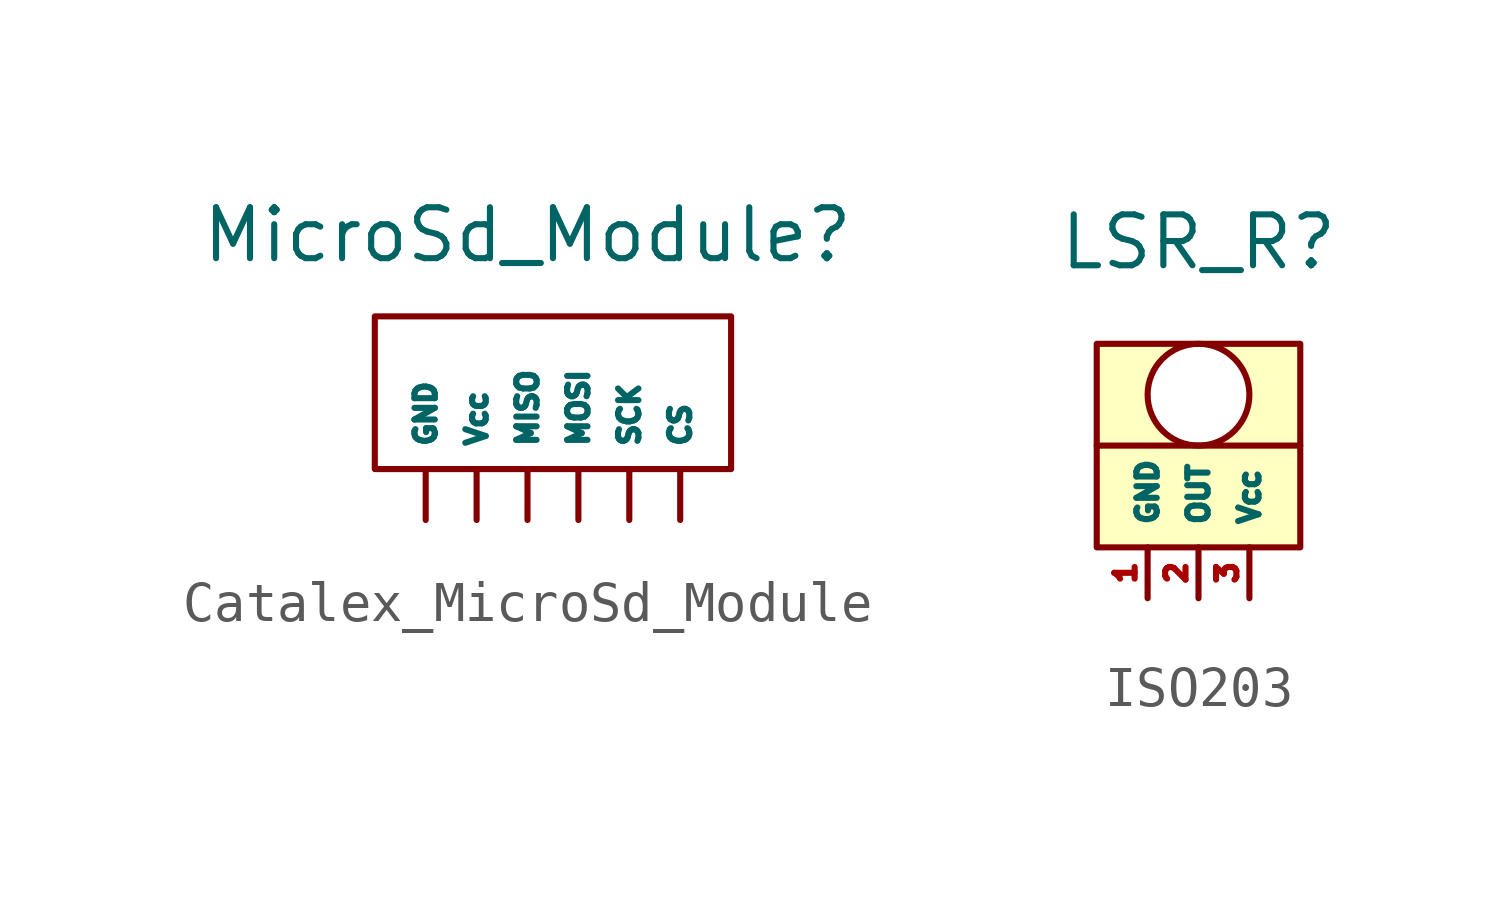
<source format=kicad_sym>
(kicad_symbol_lib
  (version 20231120)
  (generator "kicad_symbol_editor")
  (generator_version "8.0")
  (symbol "Catalex_MicroSd_Module"
    (property "Reference" "MicroSd_Module"
      (at 0 3.302 0)
      (effects (font (size 1.27 1.27))))
    (property "Value" ""
      (at 3.81 0 0)
      (effects (font (size 1.27 1.27))))
    (symbol "Catalex_MicroSd_Module_0_1"
      (rectangle (start -3.81 1.27) (end 5.08 -2.54) (stroke (width 0) (type default)) (fill (type none)))
      (polyline (pts (xy -2.54 -2.54) (xy -2.54 -2.54)) (stroke (width 0) (type default)) (fill (type none))))
    (symbol "Catalex_MicroSd_Module_1_1"
      (pin bidirectional line (at 3.81 -3.81 90) (length 1.27) (name "CS" (effects (font (size 0.508 0.508)))) (number "" (effects (font (size 0.508 0.508)))))
      (pin input line (at -2.54 -3.81 90) (length 1.27) (name "GND" (effects (font (size 0.508 0.508)))) (number "" (effects (font (size 0.508 0.508)))))
      (pin bidirectional line (at 0 -3.81 90) (length 1.27) (name "MISO" (effects (font (size 0.508 0.508)))) (number "" (effects (font (size 0.508 0.508)))))
      (pin bidirectional line (at 1.27 -3.81 90) (length 1.27) (name "MOSI" (effects (font (size 0.508 0.508)))) (number "" (effects (font (size 0.508 0.508)))))
      (pin bidirectional line (at 2.54 -3.81 90) (length 1.27) (name "SCK" (effects (font (size 0.508 0.508)))) (number "" (effects (font (size 0.508 0.508)))))
      (pin input line (at -1.27 -3.81 90) (length 1.27) (name "Vcc" (effects (font (size 0.508 0.508)))) (number "" (effects (font (size 0.508 0.508)))))))
  (symbol "ISO203"
    (property "Reference" "LSR_R"
      (at 0 6.35 0)
      (effects (font (size 1.27 1.27))))
    (property "Value" ""
      (at 0 0 0)
      (effects (font (size 1.27 1.27))))
    (symbol "ISO203_0_1"
      (rectangle (start -2.54 3.81) (end 2.54 -1.27) (stroke (width 0) (type default)) (fill (type background)))
      (circle (center 0 2.54) (radius 1.27) (stroke (width 0) (type default)) (fill (type color) (color 255 255 255 1)))
      (rectangle (start 2.54 1.27) (end -2.54 1.27) (stroke (width 0) (type default)) (fill (type none))))
    (symbol "ISO203_1_1"
      (pin input line (at -1.27 -2.54 90) (length 1.27) (name "GND" (effects (font (size 0.508 0.508)))) (number "1" (effects (font (size 0.508 0.508)))))
      (pin output line (at 0 -2.54 90) (length 1.27) (name "OUT" (effects (font (size 0.508 0.508)))) (number "2" (effects (font (size 0.508 0.508)))))
      (pin input line (at 1.27 -2.54 90) (length 1.27) (name "Vcc" (effects (font (size 0.508 0.508)))) (number "3" (effects (font (size 0.508 0.508))))))))
</source>
